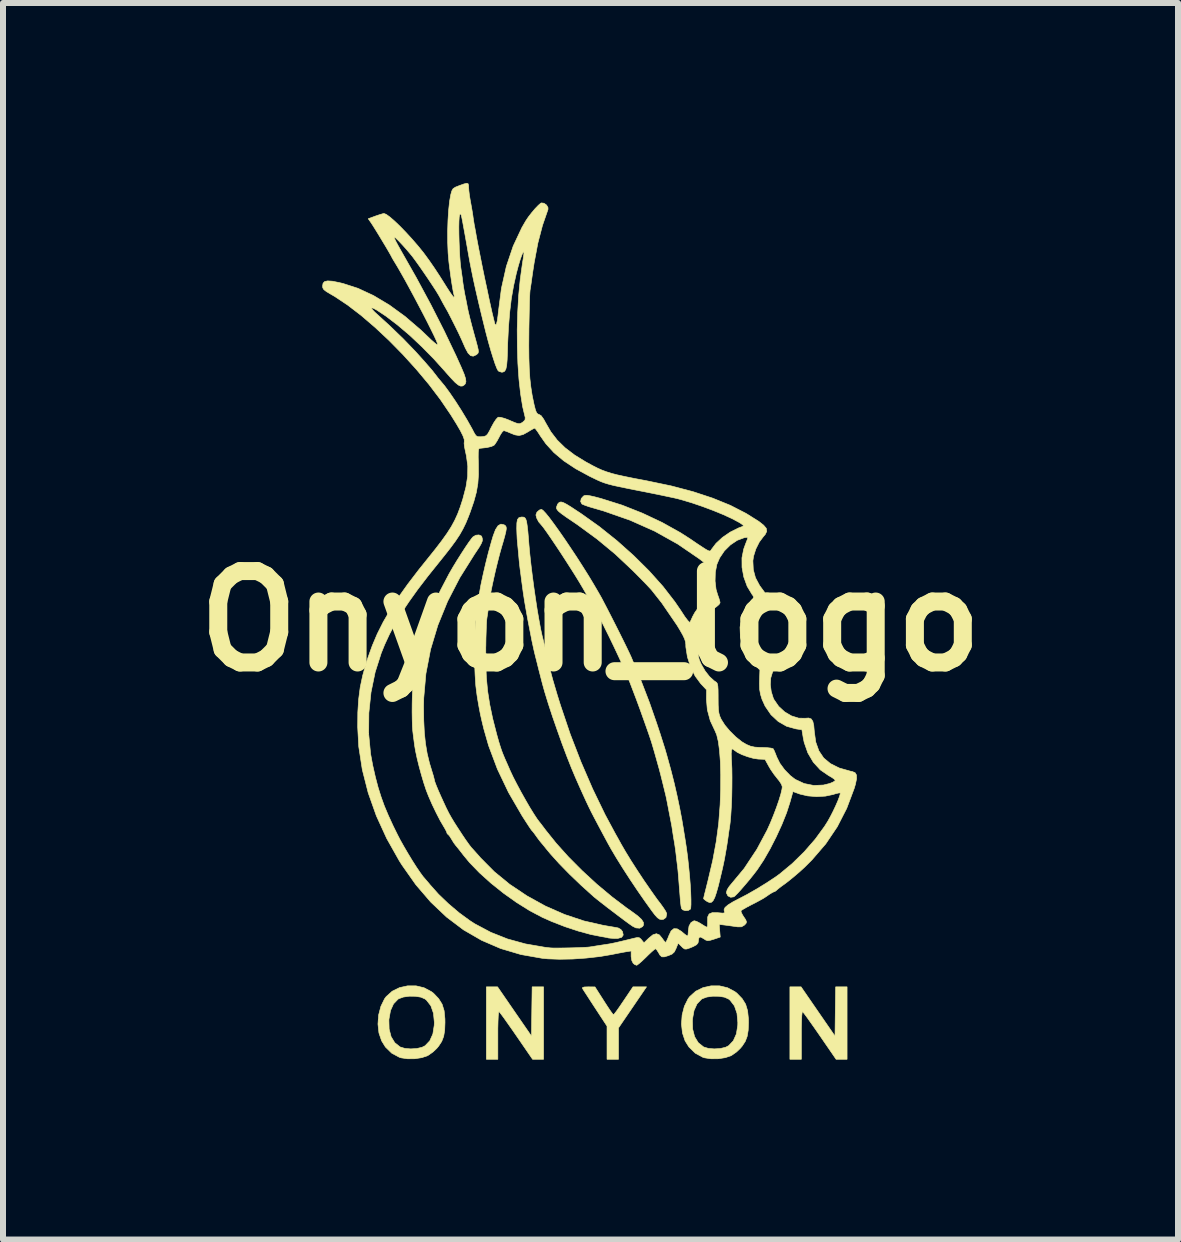
<source format=kicad_pcb>
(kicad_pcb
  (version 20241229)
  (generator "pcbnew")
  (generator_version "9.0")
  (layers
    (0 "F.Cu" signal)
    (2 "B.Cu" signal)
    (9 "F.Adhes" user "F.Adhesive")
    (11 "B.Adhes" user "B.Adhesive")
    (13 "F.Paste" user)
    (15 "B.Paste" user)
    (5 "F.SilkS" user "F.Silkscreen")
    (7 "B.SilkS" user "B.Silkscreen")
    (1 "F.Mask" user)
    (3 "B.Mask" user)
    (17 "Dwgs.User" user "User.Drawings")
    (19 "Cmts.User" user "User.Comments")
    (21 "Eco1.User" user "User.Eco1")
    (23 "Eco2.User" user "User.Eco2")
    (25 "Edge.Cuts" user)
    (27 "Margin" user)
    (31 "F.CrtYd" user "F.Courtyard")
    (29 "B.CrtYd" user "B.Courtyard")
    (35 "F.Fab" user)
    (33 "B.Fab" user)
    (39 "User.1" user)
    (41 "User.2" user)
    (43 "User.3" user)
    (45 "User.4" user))
  (footprint "Onyon_logo"
    (layer "F.Cu")
    (at 6.793 7.303)
    (property "Reference" "Onyon_logo" (at 0 0 0) (layer "F.SilkS") (effects (font (size 1.524 1.524) (thickness 0.3))))
    (attr through_hole)
    (fp_poly (pts (xy -1.267 6.507) (xy -0.984 6.917) (xy -0.979 6.507) (xy -0.973 6.096) (xy -0.783 6.096) (xy -0.783 7.303) (xy -0.966 7.303) (xy -1.235 6.912) (xy -1.314 6.798) (xy -1.386 6.696) (xy -1.446 6.611) (xy -1.492 6.549) (xy -1.52 6.514) (xy -1.525 6.508) (xy -1.532 6.524) (xy -1.538 6.579) (xy -1.542 6.669) (xy -1.545 6.792) (xy -1.545 6.899) (xy -1.545 7.303) (xy -1.736 7.303) (xy -1.736 6.096) (xy -1.55 6.096) (xy -1.267 6.507)) (stroke (width 0.01) (type solid)) (fill yes) (layer "F.SilkS"))
    (fp_poly (pts (xy 3.792 6.507) (xy 4.075 6.917) (xy 4.08 6.507) (xy 4.086 6.096) (xy 4.276 6.096) (xy 4.276 7.303) (xy 4.093 7.303) (xy 3.824 6.912) (xy 3.745 6.798) (xy 3.673 6.696) (xy 3.613 6.611) (xy 3.567 6.549) (xy 3.539 6.514) (xy 3.534 6.508) (xy 3.527 6.524) (xy 3.521 6.579) (xy 3.517 6.669) (xy 3.514 6.792) (xy 3.514 6.899) (xy 3.514 7.303) (xy 3.323 7.303) (xy 3.323 6.096) (xy 3.509 6.096) (xy 3.792 6.507)) (stroke (width 0.01) (type solid)) (fill yes) (layer "F.SilkS"))
    (fp_poly (pts (xy 0.466 6.781) (xy 0.466 7.303) (xy 0.275 7.303) (xy 0.275 6.751) (xy 0.078 6.45) (xy 0.012 6.349) (xy -0.046 6.259) (xy -0.093 6.187) (xy -0.124 6.139) (xy -0.134 6.122) (xy -0.133 6.107) (xy -0.102 6.098) (xy -0.038 6.096) (xy 0.074 6.097) (xy 0.222 6.329) (xy 0.278 6.416) (xy 0.326 6.488) (xy 0.362 6.538) (xy 0.381 6.561) (xy 0.383 6.562) (xy 0.398 6.545) (xy 0.433 6.5) (xy 0.481 6.432) (xy 0.538 6.348) (xy 0.551 6.329) (xy 0.708 6.096) (xy 0.933 6.096) (xy 0.466 6.781)) (stroke (width 0.01) (type solid)) (fill yes) (layer "F.SilkS"))
    (fp_poly (pts (xy -2.909 6.079) (xy -2.775 6.111) (xy -2.654 6.175) (xy -2.617 6.203) (xy -2.532 6.292) (xy -2.474 6.385) (xy -2.44 6.495) (xy -2.427 6.63) (xy -2.426 6.689) (xy -2.431 6.82) (xy -2.448 6.921) (xy -2.48 7.005) (xy -2.531 7.083) (xy -2.564 7.123) (xy -2.627 7.182) (xy -2.699 7.233) (xy -2.718 7.244) (xy -2.812 7.276) (xy -2.929 7.294) (xy -3.05 7.295) (xy -3.157 7.279) (xy -3.186 7.27) (xy -3.314 7.201) (xy -3.419 7.098) (xy -3.482 6.996) (xy -3.527 6.864) (xy -3.543 6.716) (xy -3.538 6.648) (xy -3.361 6.648) (xy -3.357 6.799) (xy -3.324 6.927) (xy -3.263 7.027) (xy -3.175 7.097) (xy -3.17 7.099) (xy -3.094 7.122) (xy -2.997 7.13) (xy -2.896 7.124) (xy -2.808 7.103) (xy -2.758 7.078) (xy -2.679 6.995) (xy -2.628 6.881) (xy -2.605 6.737) (xy -2.603 6.689) (xy -2.618 6.536) (xy -2.661 6.412) (xy -2.733 6.319) (xy -2.759 6.298) (xy -2.827 6.268) (xy -2.92 6.253) (xy -3.023 6.252) (xy -3.12 6.266) (xy -3.197 6.294) (xy -3.209 6.302) (xy -3.284 6.38) (xy -3.334 6.491) (xy -3.36 6.636) (xy -3.361 6.648) (xy -3.538 6.648) (xy -3.532 6.564) (xy -3.494 6.42) (xy -3.433 6.295) (xy -3.406 6.259) (xy -3.306 6.169) (xy -3.184 6.109) (xy -3.049 6.079) (xy -2.909 6.079)) (stroke (width 0.01) (type solid)) (fill yes) (layer "F.SilkS"))
    (fp_poly (pts (xy 2.149 6.079) (xy 2.284 6.111) (xy 2.405 6.175) (xy 2.441 6.203) (xy 2.527 6.292) (xy 2.585 6.385) (xy 2.618 6.495) (xy 2.632 6.63) (xy 2.633 6.689) (xy 2.628 6.82) (xy 2.611 6.921) (xy 2.579 7.005) (xy 2.528 7.083) (xy 2.494 7.123) (xy 2.432 7.182) (xy 2.359 7.233) (xy 2.341 7.244) (xy 2.246 7.276) (xy 2.13 7.294) (xy 2.009 7.295) (xy 1.902 7.279) (xy 1.872 7.27) (xy 1.745 7.201) (xy 1.64 7.098) (xy 1.576 6.996) (xy 1.532 6.864) (xy 1.516 6.716) (xy 1.521 6.648) (xy 1.698 6.648) (xy 1.702 6.799) (xy 1.735 6.927) (xy 1.796 7.027) (xy 1.884 7.097) (xy 1.888 7.099) (xy 1.965 7.122) (xy 2.062 7.13) (xy 2.163 7.124) (xy 2.251 7.103) (xy 2.301 7.078) (xy 2.38 6.995) (xy 2.431 6.881) (xy 2.454 6.737) (xy 2.455 6.689) (xy 2.441 6.536) (xy 2.398 6.412) (xy 2.326 6.319) (xy 2.3 6.298) (xy 2.232 6.268) (xy 2.139 6.253) (xy 2.036 6.252) (xy 1.938 6.266) (xy 1.862 6.294) (xy 1.849 6.302) (xy 1.775 6.38) (xy 1.725 6.491) (xy 1.699 6.636) (xy 1.698 6.648) (xy 1.521 6.648) (xy 1.527 6.564) (xy 1.564 6.42) (xy 1.626 6.295) (xy 1.653 6.259) (xy 1.753 6.169) (xy 1.875 6.109) (xy 2.01 6.079) (xy 2.149 6.079)) (stroke (width 0.01) (type solid)) (fill yes) (layer "F.SilkS"))
    (fp_poly (pts (xy -1.115 -1.733) (xy -1.095 -1.723) (xy -1.079 -1.7) (xy -1.066 -1.659) (xy -1.056 -1.594) (xy -1.045 -1.501) (xy -1.034 -1.373) (xy -1.026 -1.27) (xy -1.012 -1.118) (xy -0.993 -0.945) (xy -0.97 -0.757) (xy -0.944 -0.562) (xy -0.916 -0.369) (xy -0.888 -0.185) (xy -0.859 -0.018) (xy -0.833 0.124) (xy -0.809 0.234) (xy -0.804 0.254) (xy -0.789 0.314) (xy -0.769 0.396) (xy -0.752 0.471) (xy -0.716 0.629) (xy -0.685 0.76) (xy -0.657 0.874) (xy -0.628 0.982) (xy -0.595 1.094) (xy -0.557 1.223) (xy -0.509 1.377) (xy -0.492 1.429) (xy -0.338 1.885) (xy -0.16 2.345) (xy 0.035 2.796) (xy 0.243 3.226) (xy 0.409 3.535) (xy 0.452 3.611) (xy 0.495 3.689) (xy 0.508 3.713) (xy 0.582 3.841) (xy 0.675 3.993) (xy 0.781 4.158) (xy 0.893 4.327) (xy 1.005 4.489) (xy 1.109 4.636) (xy 1.169 4.714) (xy 1.217 4.781) (xy 1.253 4.837) (xy 1.269 4.873) (xy 1.27 4.877) (xy 1.257 4.94) (xy 1.216 4.97) (xy 1.186 4.974) (xy 1.151 4.968) (xy 1.116 4.944) (xy 1.073 4.897) (xy 1.023 4.831) (xy 0.904 4.665) (xy 0.78 4.486) (xy 0.656 4.301) (xy 0.539 4.12) (xy 0.433 3.95) (xy 0.344 3.8) (xy 0.298 3.718) (xy 0.207 3.549) (xy 0.133 3.41) (xy 0.071 3.293) (xy 0.018 3.191) (xy -0.029 3.096) (xy -0.074 3.001) (xy -0.121 2.898) (xy -0.174 2.781) (xy -0.236 2.641) (xy -0.248 2.614) (xy -0.318 2.448) (xy -0.395 2.253) (xy -0.476 2.038) (xy -0.556 1.813) (xy -0.634 1.589) (xy -0.704 1.375) (xy -0.763 1.183) (xy -0.798 1.058) (xy -0.817 0.986) (xy -0.841 0.892) (xy -0.868 0.787) (xy -0.894 0.682) (xy -0.918 0.588) (xy -0.936 0.515) (xy -0.945 0.476) (xy -0.955 0.43) (xy -0.969 0.364) (xy -0.975 0.339) (xy -0.986 0.282) (xy -1.003 0.195) (xy -1.024 0.088) (xy -1.046 -0.026) (xy -1.049 -0.042) (xy -1.077 -0.2) (xy -1.101 -0.339) (xy -1.122 -0.477) (xy -1.143 -0.632) (xy -1.153 -0.709) (xy -1.163 -0.787) (xy -1.173 -0.862) (xy -1.174 -0.868) (xy -1.181 -0.928) (xy -1.19 -1.011) (xy -1.197 -1.09) (xy -1.205 -1.178) (xy -1.213 -1.259) (xy -1.218 -1.312) (xy -1.223 -1.371) (xy -1.227 -1.455) (xy -1.23 -1.542) (xy -1.228 -1.635) (xy -1.218 -1.693) (xy -1.194 -1.724) (xy -1.154 -1.735) (xy -1.14 -1.735) (xy -1.115 -1.733)) (stroke (width 0.01) (type solid)) (fill yes) (layer "F.SilkS"))
    (fp_poly (pts (xy -1.442 -1.606) (xy -1.435 -1.602) (xy -1.416 -1.588) (xy -1.406 -1.568) (xy -1.404 -1.538) (xy -1.412 -1.489) (xy -1.43 -1.416) (xy -1.459 -1.313) (xy -1.481 -1.24) (xy -1.514 -1.122) (xy -1.55 -0.982) (xy -1.585 -0.839) (xy -1.609 -0.732) (xy -1.636 -0.609) (xy -1.655 -0.515) (xy -1.67 -0.437) (xy -1.682 -0.362) (xy -1.694 -0.278) (xy -1.704 -0.201) (xy -1.715 -0.127) (xy -1.725 -0.063) (xy -1.728 -0.042) (xy -1.732 -0.005) (xy -1.736 0.066) (xy -1.739 0.166) (xy -1.743 0.285) (xy -1.745 0.417) (xy -1.746 0.434) (xy -1.746 0.702) (xy -1.736 0.943) (xy -1.715 1.168) (xy -1.68 1.391) (xy -1.631 1.625) (xy -1.565 1.882) (xy -1.553 1.926) (xy -1.528 2.014) (xy -1.506 2.085) (xy -1.485 2.149) (xy -1.46 2.215) (xy -1.427 2.294) (xy -1.383 2.393) (xy -1.337 2.498) (xy -1.289 2.6) (xy -1.227 2.72) (xy -1.158 2.849) (xy -1.085 2.979) (xy -1.014 3.102) (xy -0.948 3.209) (xy -0.893 3.293) (xy -0.862 3.335) (xy -0.831 3.374) (xy -0.786 3.433) (xy -0.747 3.485) (xy -0.572 3.703) (xy -0.367 3.931) (xy -0.138 4.161) (xy 0.104 4.384) (xy 0.354 4.593) (xy 0.602 4.781) (xy 0.685 4.839) (xy 0.786 4.913) (xy 0.851 4.973) (xy 0.882 5.023) (xy 0.883 5.065) (xy 0.868 5.091) (xy 0.82 5.118) (xy 0.756 5.113) (xy 0.699 5.084) (xy 0.645 5.046) (xy 0.567 4.989) (xy 0.475 4.92) (xy 0.375 4.844) (xy 0.275 4.768) (xy 0.184 4.697) (xy 0.109 4.638) (xy 0.057 4.596) (xy 0.048 4.588) (xy -0.158 4.402) (xy -0.35 4.218) (xy -0.522 4.042) (xy -0.668 3.88) (xy -0.741 3.792) (xy -0.786 3.736) (xy -0.823 3.692) (xy -0.837 3.675) (xy -0.862 3.643) (xy -0.899 3.593) (xy -0.91 3.577) (xy -0.945 3.529) (xy -0.971 3.497) (xy -0.976 3.493) (xy -0.992 3.472) (xy -1.026 3.422) (xy -1.073 3.35) (xy -1.129 3.263) (xy -1.144 3.239) (xy -1.366 2.857) (xy -1.552 2.467) (xy -1.699 2.075) (xy -1.778 1.799) (xy -1.81 1.667) (xy -1.836 1.552) (xy -1.858 1.437) (xy -1.881 1.305) (xy -1.893 1.228) (xy -1.912 1.078) (xy -1.924 0.899) (xy -1.932 0.699) (xy -1.934 0.491) (xy -1.931 0.284) (xy -1.923 0.09) (xy -1.91 -0.081) (xy -1.896 -0.191) (xy -1.889 -0.233) (xy -1.877 -0.306) (xy -1.863 -0.398) (xy -1.852 -0.466) (xy -1.827 -0.606) (xy -1.791 -0.774) (xy -1.749 -0.956) (xy -1.703 -1.14) (xy -1.655 -1.313) (xy -1.624 -1.418) (xy -1.584 -1.525) (xy -1.541 -1.591) (xy -1.494 -1.617) (xy -1.442 -1.606)) (stroke (width 0.01) (type solid)) (fill yes) (layer "F.SilkS"))
    (fp_poly (pts (xy -1.821 -1.42) (xy -1.812 -1.406) (xy -1.803 -1.371) (xy -1.804 -1.336) (xy -1.821 -1.293) (xy -1.855 -1.233) (xy -1.91 -1.15) (xy -1.933 -1.116) (xy -2.179 -0.724) (xy -2.383 -0.329) (xy -2.545 0.069) (xy -2.666 0.471) (xy -2.744 0.876) (xy -2.78 1.284) (xy -2.783 1.418) (xy -2.78 1.655) (xy -2.77 1.859) (xy -2.751 2.04) (xy -2.723 2.207) (xy -2.684 2.368) (xy -2.643 2.503) (xy -2.622 2.571) (xy -2.608 2.624) (xy -2.603 2.646) (xy -2.595 2.678) (xy -2.572 2.739) (xy -2.538 2.821) (xy -2.496 2.916) (xy -2.451 3.015) (xy -2.407 3.11) (xy -2.366 3.192) (xy -2.358 3.207) (xy -2.32 3.275) (xy -2.268 3.361) (xy -2.206 3.457) (xy -2.142 3.555) (xy -2.081 3.646) (xy -2.028 3.72) (xy -1.99 3.77) (xy -1.981 3.78) (xy -1.957 3.806) (xy -1.913 3.855) (xy -1.857 3.918) (xy -1.833 3.946) (xy -1.606 4.175) (xy -1.346 4.388) (xy -1.059 4.58) (xy -0.753 4.749) (xy -0.435 4.889) (xy -0.111 4.997) (xy 0.201 5.068) (xy 0.296 5.085) (xy 0.38 5.099) (xy 0.44 5.11) (xy 0.461 5.114) (xy 0.506 5.14) (xy 0.533 5.175) (xy 0.545 5.232) (xy 0.519 5.27) (xy 0.456 5.288) (xy 0.399 5.289) (xy 0.338 5.285) (xy 0.299 5.281) (xy 0.291 5.279) (xy 0.269 5.273) (xy 0.219 5.264) (xy 0.192 5.26) (xy 0.005 5.223) (xy -0.204 5.166) (xy -0.425 5.093) (xy -0.644 5.008) (xy -0.804 4.937) (xy -1.014 4.826) (xy -1.232 4.69) (xy -1.45 4.535) (xy -1.659 4.368) (xy -1.85 4.196) (xy -2.016 4.025) (xy -2.119 3.9) (xy -2.17 3.834) (xy -2.216 3.776) (xy -2.246 3.74) (xy -2.246 3.74) (xy -2.279 3.696) (xy -2.315 3.637) (xy -2.32 3.629) (xy -2.349 3.583) (xy -2.372 3.557) (xy -2.375 3.556) (xy -2.391 3.54) (xy -2.392 3.534) (xy -2.402 3.505) (xy -2.429 3.455) (xy -2.447 3.425) (xy -2.507 3.322) (xy -2.573 3.194) (xy -2.64 3.055) (xy -2.699 2.92) (xy -2.74 2.815) (xy -2.778 2.7) (xy -2.818 2.566) (xy -2.857 2.423) (xy -2.891 2.285) (xy -2.917 2.163) (xy -2.932 2.074) (xy -2.944 1.983) (xy -2.957 1.881) (xy -2.963 1.831) (xy -2.969 1.753) (xy -2.972 1.644) (xy -2.974 1.514) (xy -2.973 1.375) (xy -2.97 1.237) (xy -2.964 1.112) (xy -2.957 1.01) (xy -2.954 0.974) (xy -2.89 0.607) (xy -2.792 0.232) (xy -2.663 -0.142) (xy -2.506 -0.505) (xy -2.358 -0.788) (xy -2.294 -0.899) (xy -2.224 -1.014) (xy -2.152 -1.128) (xy -2.085 -1.231) (xy -2.026 -1.318) (xy -1.98 -1.38) (xy -1.959 -1.404) (xy -1.912 -1.432) (xy -1.86 -1.437) (xy -1.821 -1.42)) (stroke (width 0.01) (type solid)) (fill yes) (layer "F.SilkS"))
    (fp_poly (pts (xy -0.791 -1.845) (xy -0.745 -1.796) (xy -0.683 -1.719) (xy -0.608 -1.618) (xy -0.522 -1.498) (xy -0.428 -1.363) (xy -0.33 -1.217) (xy -0.229 -1.065) (xy -0.129 -0.909) (xy -0.033 -0.756) (xy 0.056 -0.608) (xy 0.136 -0.471) (xy 0.181 -0.392) (xy 0.226 -0.306) (xy 0.283 -0.197) (xy 0.347 -0.072) (xy 0.415 0.062) (xy 0.483 0.197) (xy 0.547 0.326) (xy 0.603 0.44) (xy 0.647 0.532) (xy 0.676 0.595) (xy 0.677 0.597) (xy 0.84 0.988) (xy 0.981 1.354) (xy 1.102 1.701) (xy 1.11 1.725) (xy 1.163 1.885) (xy 1.204 2.015) (xy 1.24 2.128) (xy 1.271 2.235) (xy 1.302 2.347) (xy 1.337 2.474) (xy 1.346 2.508) (xy 1.394 2.698) (xy 1.442 2.907) (xy 1.486 3.117) (xy 1.523 3.312) (xy 1.537 3.397) (xy 1.546 3.448) (xy 1.558 3.525) (xy 1.573 3.616) (xy 1.577 3.641) (xy 1.598 3.778) (xy 1.618 3.927) (xy 1.635 4.083) (xy 1.65 4.238) (xy 1.662 4.386) (xy 1.67 4.521) (xy 1.674 4.636) (xy 1.674 4.726) (xy 1.67 4.784) (xy 1.665 4.8) (xy 1.631 4.822) (xy 1.581 4.826) (xy 1.536 4.812) (xy 1.516 4.789) (xy 1.508 4.749) (xy 1.5 4.683) (xy 1.494 4.614) (xy 1.487 4.521) (xy 1.478 4.41) (xy 1.47 4.307) (xy 1.463 4.22) (xy 1.456 4.143) (xy 1.45 4.091) (xy 1.45 4.085) (xy 1.443 4.034) (xy 1.434 3.961) (xy 1.429 3.916) (xy 1.418 3.822) (xy 1.403 3.72) (xy 1.397 3.683) (xy 1.383 3.602) (xy 1.371 3.524) (xy 1.366 3.493) (xy 1.356 3.425) (xy 1.345 3.366) (xy 1.345 3.365) (xy 1.336 3.32) (xy 1.322 3.247) (xy 1.305 3.16) (xy 1.3 3.133) (xy 1.282 3.04) (xy 1.265 2.953) (xy 1.251 2.89) (xy 1.248 2.879) (xy 1.233 2.818) (xy 1.213 2.736) (xy 1.196 2.667) (xy 1.171 2.567) (xy 1.142 2.456) (xy 1.124 2.392) (xy 1.098 2.299) (xy 1.067 2.189) (xy 1.039 2.093) (xy 1.015 2.013) (xy 0.978 1.902) (xy 0.931 1.768) (xy 0.878 1.619) (xy 0.822 1.462) (xy 0.764 1.305) (xy 0.708 1.158) (xy 0.658 1.027) (xy 0.615 0.92) (xy 0.593 0.868) (xy 0.532 0.73) (xy 0.463 0.58) (xy 0.39 0.425) (xy 0.315 0.269) (xy 0.241 0.12) (xy 0.172 -0.018) (xy 0.109 -0.138) (xy 0.057 -0.235) (xy 0.017 -0.303) (xy 0.001 -0.328) (xy -0.017 -0.356) (xy -0.048 -0.41) (xy -0.085 -0.476) (xy -0.131 -0.556) (xy -0.191 -0.657) (xy -0.263 -0.774) (xy -0.343 -0.9) (xy -0.427 -1.031) (xy -0.511 -1.16) (xy -0.593 -1.283) (xy -0.668 -1.394) (xy -0.733 -1.488) (xy -0.784 -1.559) (xy -0.818 -1.601) (xy -0.825 -1.609) (xy -0.863 -1.653) (xy -0.895 -1.713) (xy -0.91 -1.767) (xy -0.91 -1.771) (xy -0.893 -1.816) (xy -0.852 -1.852) (xy -0.817 -1.863) (xy -0.791 -1.845)) (stroke (width 0.01) (type solid)) (fill yes) (layer "F.SilkS"))
    (fp_poly (pts (xy -2.041 -7.291) (xy -2.033 -7.263) (xy -2.032 -7.231) (xy -2.028 -7.175) (xy -2.018 -7.094) (xy -2.003 -7.004) (xy -2.001 -6.993) (xy -1.984 -6.9) (xy -1.969 -6.812) (xy -1.959 -6.746) (xy -1.959 -6.742) (xy -1.949 -6.675) (xy -1.94 -6.619) (xy -1.939 -6.612) (xy -1.929 -6.561) (xy -1.917 -6.495) (xy -1.915 -6.485) (xy -1.904 -6.42) (xy -1.894 -6.367) (xy -1.893 -6.361) (xy -1.881 -6.297) (xy -1.863 -6.204) (xy -1.841 -6.093) (xy -1.818 -5.977) (xy -1.796 -5.867) (xy -1.777 -5.776) (xy -1.769 -5.736) (xy -1.748 -5.638) (xy -1.724 -5.527) (xy -1.708 -5.45) (xy -1.688 -5.355) (xy -1.665 -5.251) (xy -1.642 -5.147) (xy -1.62 -5.056) (xy -1.603 -4.986) (xy -1.594 -4.953) (xy -1.581 -4.934) (xy -1.568 -4.953) (xy -1.554 -5.008) (xy -1.542 -5.095) (xy -1.536 -5.154) (xy -1.485 -5.547) (xy -1.403 -5.913) (xy -1.289 -6.251) (xy -1.144 -6.56) (xy -1.081 -6.669) (xy -1.037 -6.735) (xy -0.982 -6.806) (xy -0.924 -6.875) (xy -0.871 -6.93) (xy -0.831 -6.965) (xy -0.819 -6.971) (xy -0.775 -6.965) (xy -0.733 -6.935) (xy -0.709 -6.893) (xy -0.709 -6.862) (xy -0.801 -6.596) (xy -0.878 -6.301) (xy -0.94 -5.971) (xy -0.963 -5.821) (xy -0.978 -5.717) (xy -0.991 -5.623) (xy -1.002 -5.551) (xy -1.008 -5.514) (xy -1.011 -5.477) (xy -1.015 -5.403) (xy -1.018 -5.3) (xy -1.021 -5.172) (xy -1.024 -5.025) (xy -1.027 -4.867) (xy -1.027 -4.837) (xy -1.029 -4.593) (xy -1.027 -4.385) (xy -1.021 -4.205) (xy -1.011 -4.047) (xy -0.995 -3.905) (xy -0.974 -3.77) (xy -0.947 -3.637) (xy -0.94 -3.605) (xy -0.919 -3.523) (xy -0.9 -3.475) (xy -0.879 -3.452) (xy -0.86 -3.446) (xy -0.823 -3.424) (xy -0.781 -3.366) (xy -0.75 -3.309) (xy -0.661 -3.155) (xy -0.555 -3.017) (xy -0.425 -2.89) (xy -0.268 -2.77) (xy -0.076 -2.652) (xy 0.042 -2.588) (xy 0.117 -2.55) (xy 0.189 -2.518) (xy 0.264 -2.49) (xy 0.349 -2.463) (xy 0.45 -2.437) (xy 0.574 -2.41) (xy 0.726 -2.379) (xy 0.912 -2.344) (xy 0.942 -2.338) (xy 1.344 -2.254) (xy 1.708 -2.158) (xy 2.035 -2.05) (xy 2.33 -1.93) (xy 2.593 -1.795) (xy 2.805 -1.662) (xy 2.885 -1.599) (xy 2.929 -1.547) (xy 2.937 -1.497) (xy 2.912 -1.445) (xy 2.882 -1.41) (xy 2.813 -1.318) (xy 2.755 -1.202) (xy 2.717 -1.081) (xy 2.706 -1.005) (xy 2.713 -0.858) (xy 2.749 -0.723) (xy 2.819 -0.592) (xy 2.884 -0.504) (xy 2.938 -0.428) (xy 2.959 -0.37) (xy 2.947 -0.322) (xy 2.903 -0.278) (xy 2.895 -0.272) (xy 2.829 -0.223) (xy 2.786 -0.18) (xy 2.753 -0.127) (xy 2.725 -0.069) (xy 2.689 0.053) (xy 2.679 0.191) (xy 2.697 0.325) (xy 2.723 0.402) (xy 2.768 0.481) (xy 2.829 0.557) (xy 2.895 0.621) (xy 2.956 0.662) (xy 2.975 0.669) (xy 3.024 0.7) (xy 3.049 0.756) (xy 3.045 0.824) (xy 3.031 0.858) (xy 3.004 0.947) (xy 2.997 1.057) (xy 3.012 1.174) (xy 3.046 1.283) (xy 3.058 1.308) (xy 3.136 1.421) (xy 3.236 1.513) (xy 3.35 1.58) (xy 3.469 1.617) (xy 3.575 1.619) (xy 3.636 1.615) (xy 3.678 1.63) (xy 3.705 1.67) (xy 3.721 1.739) (xy 3.73 1.842) (xy 3.754 2.016) (xy 3.806 2.162) (xy 3.886 2.281) (xy 3.999 2.375) (xy 4.145 2.448) (xy 4.327 2.5) (xy 4.365 2.508) (xy 4.41 2.527) (xy 4.433 2.566) (xy 4.434 2.629) (xy 4.415 2.721) (xy 4.394 2.791) (xy 4.27 3.121) (xy 4.113 3.427) (xy 3.921 3.712) (xy 3.692 3.978) (xy 3.569 4.101) (xy 3.479 4.183) (xy 3.383 4.265) (xy 3.294 4.337) (xy 3.243 4.376) (xy 3.176 4.424) (xy 3.125 4.464) (xy 3.096 4.489) (xy 3.094 4.492) (xy 3.07 4.508) (xy 3.066 4.508) (xy 3.037 4.52) (xy 2.99 4.548) (xy 2.978 4.556) (xy 2.926 4.592) (xy 2.878 4.623) (xy 2.822 4.654) (xy 2.748 4.694) (xy 2.671 4.733) (xy 2.599 4.771) (xy 2.542 4.804) (xy 2.51 4.825) (xy 2.507 4.828) (xy 2.512 4.854) (xy 2.535 4.9) (xy 2.55 4.923) (xy 2.587 4.979) (xy 2.6 5.014) (xy 2.591 5.04) (xy 2.562 5.069) (xy 2.516 5.095) (xy 2.454 5.096) (xy 2.44 5.094) (xy 2.369 5.084) (xy 2.284 5.072) (xy 2.253 5.068) (xy 2.145 5.055) (xy 2.153 5.161) (xy 2.162 5.266) (xy 2.055 5.302) (xy 1.991 5.321) (xy 1.952 5.326) (xy 1.92 5.316) (xy 1.887 5.294) (xy 1.837 5.266) (xy 1.809 5.271) (xy 1.799 5.313) (xy 1.799 5.324) (xy 1.792 5.363) (xy 1.767 5.394) (xy 1.714 5.423) (xy 1.66 5.446) (xy 1.604 5.465) (xy 1.571 5.466) (xy 1.54 5.446) (xy 1.517 5.423) (xy 1.461 5.367) (xy 1.426 5.455) (xy 1.397 5.514) (xy 1.358 5.55) (xy 1.296 5.576) (xy 1.229 5.596) (xy 1.188 5.595) (xy 1.158 5.568) (xy 1.132 5.523) (xy 1.105 5.481) (xy 1.084 5.461) (xy 1.082 5.461) (xy 1.061 5.475) (xy 1.017 5.513) (xy 0.96 5.567) (xy 0.928 5.599) (xy 0.865 5.659) (xy 0.812 5.706) (xy 0.776 5.733) (xy 0.767 5.736) (xy 0.735 5.723) (xy 0.711 5.703) (xy 0.688 5.658) (xy 0.677 5.591) (xy 0.677 5.584) (xy 0.677 5.498) (xy 0.598 5.51) (xy 0.537 5.521) (xy 0.453 5.537) (xy 0.363 5.555) (xy 0.36 5.556) (xy 0.153 5.591) (xy -0.07 5.616) (xy -0.297 5.632) (xy -0.515 5.636) (xy -0.713 5.629) (xy -0.804 5.62) (xy -1.161 5.557) (xy -1.498 5.457) (xy -1.816 5.32) (xy -2.117 5.146) (xy -2.399 4.933) (xy -2.664 4.682) (xy -2.912 4.393) (xy -3.143 4.065) (xy -3.188 3.994) (xy -3.397 3.623) (xy -3.57 3.245) (xy -3.706 2.861) (xy -3.804 2.476) (xy -3.863 2.094) (xy -3.875 1.877) (xy -3.698 1.877) (xy -3.666 2.213) (xy -3.631 2.402) (xy -3.586 2.6) (xy -3.541 2.771) (xy -3.492 2.927) (xy -3.437 3.08) (xy -3.37 3.239) (xy -3.289 3.415) (xy -3.221 3.553) (xy -3.172 3.648) (xy -3.11 3.758) (xy -3.041 3.876) (xy -2.97 3.993) (xy -2.901 4.101) (xy -2.839 4.192) (xy -2.79 4.259) (xy -2.769 4.283) (xy -2.74 4.317) (xy -2.696 4.368) (xy -2.674 4.395) (xy -2.534 4.552) (xy -2.368 4.711) (xy -2.191 4.861) (xy -2.015 4.99) (xy -1.93 5.045) (xy -1.663 5.187) (xy -1.383 5.298) (xy -1.085 5.38) (xy -0.761 5.436) (xy -0.667 5.447) (xy -0.619 5.449) (xy -0.54 5.449) (xy -0.441 5.448) (xy -0.331 5.446) (xy -0.223 5.443) (xy -0.127 5.439) (xy -0.054 5.435) (xy -0.021 5.432) (xy 0.035 5.424) (xy 0.105 5.412) (xy 0.116 5.411) (xy 0.19 5.399) (xy 0.258 5.389) (xy 0.265 5.388) (xy 0.326 5.378) (xy 0.419 5.359) (xy 0.534 5.332) (xy 0.662 5.301) (xy 0.718 5.287) (xy 0.777 5.274) (xy 0.812 5.277) (xy 0.839 5.298) (xy 0.851 5.313) (xy 0.891 5.362) (xy 0.97 5.285) (xy 1.04 5.228) (xy 1.098 5.21) (xy 1.148 5.23) (xy 1.19 5.281) (xy 1.223 5.327) (xy 1.247 5.353) (xy 1.251 5.355) (xy 1.265 5.337) (xy 1.287 5.29) (xy 1.305 5.244) (xy 1.343 5.164) (xy 1.389 5.126) (xy 1.445 5.129) (xy 1.514 5.171) (xy 1.53 5.185) (xy 1.576 5.223) (xy 1.609 5.246) (xy 1.617 5.249) (xy 1.625 5.23) (xy 1.629 5.183) (xy 1.63 5.161) (xy 1.642 5.082) (xy 1.675 5.024) (xy 1.722 4.996) (xy 1.734 4.995) (xy 1.772 5.007) (xy 1.826 5.035) (xy 1.846 5.048) (xy 1.897 5.08) (xy 1.934 5.099) (xy 1.941 5.101) (xy 1.95 5.082) (xy 1.952 5.035) (xy 1.951 5.009) (xy 1.953 4.93) (xy 1.977 4.881) (xy 2.029 4.859) (xy 2.114 4.859) (xy 2.132 4.861) (xy 2.201 4.867) (xy 2.233 4.863) (xy 2.235 4.85) (xy 2.225 4.813) (xy 2.242 4.773) (xy 2.292 4.73) (xy 2.376 4.678) (xy 2.451 4.639) (xy 2.61 4.556) (xy 2.776 4.461) (xy 2.938 4.361) (xy 3.082 4.266) (xy 3.155 4.213) (xy 3.362 4.041) (xy 3.562 3.845) (xy 3.745 3.635) (xy 3.901 3.421) (xy 3.954 3.337) (xy 3.998 3.258) (xy 4.043 3.17) (xy 4.086 3.079) (xy 4.123 2.994) (xy 4.149 2.925) (xy 4.163 2.878) (xy 4.162 2.864) (xy 4.138 2.864) (xy 4.087 2.876) (xy 4.042 2.89) (xy 3.914 2.917) (xy 3.767 2.925) (xy 3.619 2.913) (xy 3.491 2.883) (xy 3.374 2.841) (xy 3.325 3.017) (xy 3.268 3.194) (xy 3.189 3.391) (xy 3.095 3.596) (xy 2.992 3.798) (xy 2.885 3.984) (xy 2.78 4.142) (xy 2.775 4.149) (xy 2.717 4.224) (xy 2.65 4.308) (xy 2.579 4.392) (xy 2.511 4.471) (xy 2.452 4.536) (xy 2.408 4.58) (xy 2.389 4.595) (xy 2.336 4.603) (xy 2.29 4.58) (xy 2.266 4.533) (xy 2.265 4.521) (xy 2.279 4.474) (xy 2.313 4.421) (xy 2.319 4.414) (xy 2.561 4.123) (xy 2.774 3.801) (xy 2.944 3.483) (xy 2.997 3.365) (xy 3.049 3.238) (xy 3.098 3.109) (xy 3.14 2.988) (xy 3.172 2.883) (xy 3.191 2.802) (xy 3.196 2.761) (xy 3.183 2.721) (xy 3.148 2.666) (xy 3.117 2.628) (xy 3.061 2.557) (xy 3.003 2.473) (xy 2.973 2.422) (xy 2.908 2.304) (xy 2.793 2.299) (xy 2.714 2.287) (xy 2.621 2.261) (xy 2.528 2.227) (xy 2.448 2.188) (xy 2.395 2.151) (xy 2.388 2.144) (xy 2.364 2.128) (xy 2.35 2.149) (xy 2.345 2.208) (xy 2.348 2.308) (xy 2.35 2.333) (xy 2.356 2.456) (xy 2.358 2.603) (xy 2.357 2.765) (xy 2.354 2.931) (xy 2.347 3.093) (xy 2.338 3.24) (xy 2.327 3.361) (xy 2.318 3.429) (xy 2.309 3.484) (xy 2.299 3.555) (xy 2.296 3.577) (xy 2.285 3.655) (xy 2.271 3.747) (xy 2.263 3.794) (xy 2.249 3.872) (xy 2.237 3.942) (xy 2.231 3.974) (xy 2.222 4.018) (xy 2.206 4.093) (xy 2.185 4.185) (xy 2.168 4.255) (xy 2.131 4.409) (xy 2.098 4.526) (xy 2.07 4.608) (xy 2.042 4.661) (xy 2.014 4.687) (xy 1.982 4.69) (xy 1.946 4.675) (xy 1.934 4.667) (xy 1.898 4.641) (xy 1.884 4.625) (xy 1.889 4.602) (xy 1.902 4.546) (xy 1.923 4.464) (xy 1.948 4.364) (xy 1.958 4.324) (xy 2.037 3.989) (xy 2.095 3.677) (xy 2.136 3.372) (xy 2.16 3.06) (xy 2.169 2.805) (xy 2.17 2.559) (xy 2.164 2.343) (xy 2.15 2.158) (xy 2.13 2.007) (xy 2.103 1.894) (xy 2.075 1.828) (xy 1.996 1.66) (xy 1.947 1.478) (xy 1.932 1.304) (xy 1.934 1.145) (xy 1.837 1.042) (xy 1.744 0.916) (xy 1.668 0.764) (xy 1.615 0.598) (xy 1.589 0.433) (xy 1.588 0.403) (xy 1.79 0.403) (xy 1.791 0.503) (xy 1.797 0.575) (xy 1.81 0.634) (xy 1.833 0.692) (xy 1.849 0.726) (xy 1.911 0.832) (xy 1.984 0.925) (xy 2.058 0.993) (xy 2.085 1.011) (xy 2.103 1.024) (xy 2.115 1.046) (xy 2.122 1.084) (xy 2.126 1.145) (xy 2.127 1.239) (xy 2.127 1.284) (xy 2.128 1.396) (xy 2.132 1.476) (xy 2.14 1.534) (xy 2.154 1.583) (xy 2.176 1.633) (xy 2.18 1.64) (xy 2.238 1.732) (xy 2.322 1.832) (xy 2.419 1.928) (xy 2.518 2.008) (xy 2.594 2.054) (xy 2.665 2.084) (xy 2.737 2.1) (xy 2.829 2.106) (xy 2.862 2.106) (xy 2.942 2.109) (xy 3.006 2.116) (xy 3.041 2.125) (xy 3.044 2.127) (xy 3.061 2.158) (xy 3.085 2.215) (xy 3.103 2.263) (xy 3.156 2.37) (xy 3.236 2.479) (xy 3.332 2.577) (xy 3.412 2.638) (xy 3.56 2.707) (xy 3.72 2.739) (xy 3.883 2.732) (xy 3.988 2.706) (xy 4.042 2.683) (xy 4.075 2.662) (xy 4.078 2.656) (xy 4.065 2.636) (xy 4.022 2.605) (xy 3.968 2.574) (xy 3.83 2.479) (xy 3.713 2.351) (xy 3.622 2.196) (xy 3.561 2.021) (xy 3.546 1.948) (xy 3.523 1.81) (xy 3.424 1.796) (xy 3.269 1.753) (xy 3.129 1.673) (xy 3.008 1.56) (xy 2.91 1.417) (xy 2.858 1.302) (xy 2.833 1.22) (xy 2.819 1.139) (xy 2.816 1.042) (xy 2.817 0.995) (xy 2.823 0.815) (xy 2.708 0.699) (xy 2.607 0.569) (xy 2.537 0.421) (xy 2.498 0.263) (xy 2.492 0.102) (xy 2.518 -0.055) (xy 2.577 -0.201) (xy 2.668 -0.328) (xy 2.67 -0.33) (xy 2.708 -0.372) (xy 2.719 -0.399) (xy 2.707 -0.426) (xy 2.692 -0.446) (xy 2.611 -0.58) (xy 2.555 -0.734) (xy 2.525 -0.896) (xy 2.524 -1.055) (xy 2.553 -1.2) (xy 2.555 -1.206) (xy 2.581 -1.278) (xy 2.604 -1.337) (xy 2.614 -1.363) (xy 2.622 -1.39) (xy 2.605 -1.397) (xy 2.561 -1.39) (xy 2.445 -1.347) (xy 2.332 -1.271) (xy 2.231 -1.171) (xy 2.152 -1.054) (xy 2.106 -0.947) (xy 2.08 -0.813) (xy 2.076 -0.668) (xy 2.092 -0.531) (xy 2.117 -0.445) (xy 2.141 -0.378) (xy 2.156 -0.325) (xy 2.159 -0.306) (xy 2.142 -0.277) (xy 2.099 -0.24) (xy 2.069 -0.22) (xy 1.957 -0.13) (xy 1.874 -0.011) (xy 1.82 0.137) (xy 1.793 0.315) (xy 1.79 0.403) (xy 1.588 0.403) (xy 1.588 0.39) (xy 1.583 0.345) (xy 1.567 0.294) (xy 1.536 0.229) (xy 1.487 0.143) (xy 1.444 0.072) (xy 1.187 -0.304) (xy 1.017 -0.519) (xy 0.985 -0.554) (xy 0.929 -0.614) (xy 0.855 -0.69) (xy 0.769 -0.777) (xy 0.699 -0.847) (xy 0.412 -1.117) (xy 0.11 -1.367) (xy -0.219 -1.608) (xy -0.303 -1.665) (xy -0.407 -1.735) (xy -0.481 -1.788) (xy -0.528 -1.826) (xy -0.555 -1.855) (xy -0.567 -1.879) (xy -0.567 -1.9) (xy -0.549 -1.95) (xy -0.524 -1.977) (xy -0.505 -1.985) (xy -0.482 -1.985) (xy -0.449 -1.974) (xy -0.401 -1.949) (xy -0.332 -1.907) (xy -0.238 -1.845) (xy -0.159 -1.793) (xy 0.146 -1.576) (xy 0.44 -1.341) (xy 0.718 -1.093) (xy 0.976 -0.837) (xy 1.207 -0.579) (xy 1.405 -0.323) (xy 1.503 -0.18) (xy 1.57 -0.077) (xy 1.619 -0.012) (xy 1.649 0.018) (xy 1.658 0.018) (xy 1.669 -0.004) (xy 1.691 -0.052) (xy 1.703 -0.079) (xy 1.739 -0.144) (xy 1.793 -0.22) (xy 1.835 -0.27) (xy 1.886 -0.326) (xy 1.912 -0.365) (xy 1.919 -0.401) (xy 1.913 -0.447) (xy 1.912 -0.455) (xy 1.904 -0.513) (xy 1.898 -0.599) (xy 1.895 -0.7) (xy 1.894 -0.758) (xy 1.894 -0.977) (xy 1.81 -1.041) (xy 1.453 -1.285) (xy 1.07 -1.499) (xy 0.659 -1.682) (xy 0.218 -1.836) (xy 0.053 -1.884) (xy -0.029 -1.908) (xy -0.097 -1.932) (xy -0.139 -1.95) (xy -0.144 -1.953) (xy -0.165 -1.993) (xy -0.155 -2.043) (xy -0.118 -2.084) (xy -0.116 -2.086) (xy -0.093 -2.095) (xy -0.059 -2.097) (xy -0.007 -2.089) (xy 0.069 -2.072) (xy 0.178 -2.043) (xy 0.19 -2.039) (xy 0.527 -1.933) (xy 0.865 -1.799) (xy 1.192 -1.645) (xy 1.497 -1.475) (xy 1.661 -1.37) (xy 1.775 -1.292) (xy 1.86 -1.236) (xy 1.919 -1.198) (xy 1.959 -1.176) (xy 1.984 -1.168) (xy 1.998 -1.171) (xy 2.008 -1.182) (xy 2.016 -1.196) (xy 2.092 -1.296) (xy 2.199 -1.395) (xy 2.327 -1.483) (xy 2.467 -1.553) (xy 2.529 -1.576) (xy 2.548 -1.587) (xy 2.54 -1.603) (xy 2.502 -1.63) (xy 2.476 -1.646) (xy 2.36 -1.708) (xy 2.214 -1.775) (xy 2.046 -1.844) (xy 1.867 -1.911) (xy 1.688 -1.972) (xy 1.517 -2.023) (xy 1.45 -2.041) (xy 1.394 -2.054) (xy 1.304 -2.073) (xy 1.187 -2.098) (xy 1.05 -2.126) (xy 0.901 -2.156) (xy 0.783 -2.179) (xy 0.618 -2.212) (xy 0.488 -2.239) (xy 0.385 -2.261) (xy 0.303 -2.282) (xy 0.234 -2.303) (xy 0.172 -2.326) (xy 0.109 -2.354) (xy 0.039 -2.388) (xy -0.011 -2.412) (xy -0.247 -2.54) (xy -0.445 -2.671) (xy -0.609 -2.808) (xy -0.744 -2.956) (xy -0.835 -3.085) (xy -0.876 -3.149) (xy -0.91 -3.196) (xy -0.929 -3.217) (xy -0.93 -3.217) (xy -0.954 -3.207) (xy -1.002 -3.18) (xy -1.044 -3.154) (xy -1.124 -3.11) (xy -1.191 -3.094) (xy -1.261 -3.105) (xy -1.331 -3.133) (xy -1.39 -3.158) (xy -1.435 -3.173) (xy -1.447 -3.175) (xy -1.469 -3.157) (xy -1.5 -3.112) (xy -1.523 -3.068) (xy -1.558 -3.003) (xy -1.592 -2.951) (xy -1.608 -2.932) (xy -1.652 -2.911) (xy -1.729 -2.893) (xy -1.828 -2.882) (xy -1.855 -2.88) (xy -1.865 -2.865) (xy -1.871 -2.818) (xy -1.872 -2.735) (xy -1.869 -2.615) (xy -1.869 -2.609) (xy -1.868 -2.444) (xy -1.878 -2.295) (xy -1.903 -2.148) (xy -1.945 -1.994) (xy -2.005 -1.82) (xy -2.035 -1.741) (xy -2.079 -1.634) (xy -2.127 -1.536) (xy -2.181 -1.44) (xy -2.248 -1.339) (xy -2.331 -1.226) (xy -2.436 -1.092) (xy -2.509 -1.001) (xy -2.708 -0.753) (xy -2.879 -0.53) (xy -3.025 -0.326) (xy -3.151 -0.137) (xy -3.258 0.043) (xy -3.351 0.218) (xy -3.432 0.393) (xy -3.489 0.534) (xy -3.59 0.851) (xy -3.659 1.186) (xy -3.695 1.531) (xy -3.698 1.877) (xy -3.875 1.877) (xy -3.881 1.767) (xy -3.879 1.521) (xy -3.865 1.303) (xy -3.839 1.102) (xy -3.797 0.904) (xy -3.739 0.698) (xy -3.712 0.614) (xy -3.638 0.409) (xy -3.554 0.211) (xy -3.455 0.014) (xy -3.339 -0.186) (xy -3.204 -0.395) (xy -3.045 -0.618) (xy -2.859 -0.861) (xy -2.72 -1.034) (xy -2.587 -1.2) (xy -2.479 -1.341) (xy -2.392 -1.463) (xy -2.321 -1.574) (xy -2.264 -1.679) (xy -2.215 -1.786) (xy -2.172 -1.901) (xy -2.13 -2.031) (xy -2.129 -2.034) (xy -2.076 -2.236) (xy -2.048 -2.416) (xy -2.046 -2.586) (xy -2.069 -2.755) (xy -2.085 -2.828) (xy -2.1 -2.902) (xy -2.107 -2.963) (xy -2.104 -2.992) (xy -2.105 -3.028) (xy -2.126 -3.088) (xy -2.169 -3.174) (xy -2.236 -3.289) (xy -2.327 -3.435) (xy -2.334 -3.446) (xy -2.502 -3.693) (xy -2.693 -3.945) (xy -2.903 -4.196) (xy -3.126 -4.442) (xy -3.357 -4.677) (xy -3.591 -4.896) (xy -3.823 -5.095) (xy -3.987 -5.221) (xy -3.65 -5.221) (xy -3.644 -5.201) (xy -3.605 -5.159) (xy -3.585 -5.14) (xy -3.348 -4.924) (xy -3.122 -4.706) (xy -2.918 -4.494) (xy -2.843 -4.411) (xy -2.763 -4.322) (xy -2.706 -4.256) (xy -2.664 -4.208) (xy -2.631 -4.169) (xy -2.602 -4.131) (xy -2.582 -4.106) (xy -2.544 -4.056) (xy -2.513 -4.019) (xy -2.508 -4.013) (xy -2.433 -3.923) (xy -2.345 -3.803) (xy -2.249 -3.662) (xy -2.152 -3.51) (xy -2.058 -3.354) (xy -1.973 -3.203) (xy -1.939 -3.137) (xy -1.911 -3.093) (xy -1.88 -3.074) (xy -1.827 -3.073) (xy -1.816 -3.074) (xy -1.772 -3.079) (xy -1.741 -3.091) (xy -1.715 -3.118) (xy -1.685 -3.169) (xy -1.653 -3.233) (xy -1.613 -3.306) (xy -1.574 -3.364) (xy -1.543 -3.396) (xy -1.538 -3.399) (xy -1.499 -3.397) (xy -1.432 -3.379) (xy -1.349 -3.347) (xy -1.344 -3.344) (xy -1.267 -3.311) (xy -1.217 -3.294) (xy -1.184 -3.29) (xy -1.157 -3.3) (xy -1.133 -3.314) (xy -1.093 -3.351) (xy -1.088 -3.391) (xy -1.089 -3.395) (xy -1.132 -3.576) (xy -1.166 -3.79) (xy -1.193 -4.033) (xy -1.211 -4.297) (xy -1.22 -4.575) (xy -1.222 -4.861) (xy -1.214 -5.147) (xy -1.198 -5.427) (xy -1.172 -5.694) (xy -1.138 -5.941) (xy -1.134 -5.968) (xy -1.121 -6.05) (xy -1.112 -6.114) (xy -1.11 -6.151) (xy -1.111 -6.156) (xy -1.125 -6.146) (xy -1.146 -6.1) (xy -1.173 -6.024) (xy -1.203 -5.924) (xy -1.234 -5.806) (xy -1.237 -5.795) (xy -1.283 -5.588) (xy -1.32 -5.376) (xy -1.347 -5.152) (xy -1.367 -4.907) (xy -1.381 -4.632) (xy -1.385 -4.482) (xy -1.39 -4.354) (xy -1.398 -4.262) (xy -1.411 -4.202) (xy -1.431 -4.166) (xy -1.46 -4.151) (xy -1.482 -4.149) (xy -1.526 -4.163) (xy -1.541 -4.175) (xy -1.562 -4.215) (xy -1.591 -4.289) (xy -1.625 -4.392) (xy -1.664 -4.518) (xy -1.704 -4.659) (xy -1.744 -4.811) (xy -1.766 -4.9) (xy -1.82 -5.119) (xy -1.864 -5.304) (xy -1.901 -5.464) (xy -1.933 -5.605) (xy -1.961 -5.735) (xy -1.987 -5.863) (xy -2.013 -5.995) (xy -2.039 -6.139) (xy -2.063 -6.276) (xy -2.092 -6.439) (xy -2.115 -6.565) (xy -2.132 -6.658) (xy -2.145 -6.723) (xy -2.154 -6.763) (xy -2.162 -6.783) (xy -2.168 -6.788) (xy -2.175 -6.782) (xy -2.182 -6.769) (xy -2.183 -6.768) (xy -2.189 -6.734) (xy -2.193 -6.666) (xy -2.195 -6.571) (xy -2.194 -6.458) (xy -2.191 -6.335) (xy -2.186 -6.209) (xy -2.18 -6.089) (xy -2.172 -5.982) (xy -2.163 -5.897) (xy -2.161 -5.884) (xy -2.148 -5.794) (xy -2.135 -5.704) (xy -2.129 -5.652) (xy -2.117 -5.569) (xy -2.101 -5.479) (xy -2.096 -5.45) (xy -2.078 -5.364) (xy -2.059 -5.267) (xy -2.052 -5.228) (xy -2.035 -5.149) (xy -2.011 -5.05) (xy -1.979 -4.926) (xy -1.937 -4.771) (xy -1.911 -4.678) (xy -1.886 -4.585) (xy -1.872 -4.524) (xy -1.869 -4.486) (xy -1.877 -4.463) (xy -1.896 -4.446) (xy -1.905 -4.439) (xy -1.955 -4.416) (xy -1.999 -4.425) (xy -2.042 -4.469) (xy -2.086 -4.55) (xy -2.106 -4.595) (xy -2.148 -4.691) (xy -2.202 -4.807) (xy -2.263 -4.93) (xy -2.324 -5.051) (xy -2.379 -5.158) (xy -2.425 -5.239) (xy -2.431 -5.249) (xy -2.468 -5.316) (xy -2.502 -5.38) (xy -2.505 -5.387) (xy -2.531 -5.433) (xy -2.576 -5.507) (xy -2.636 -5.599) (xy -2.705 -5.703) (xy -2.778 -5.81) (xy -2.85 -5.914) (xy -2.916 -6.006) (xy -2.97 -6.079) (xy -2.993 -6.107) (xy -3.065 -6.193) (xy -3.135 -6.271) (xy -3.196 -6.336) (xy -3.243 -6.382) (xy -3.272 -6.403) (xy -3.277 -6.404) (xy -3.27 -6.383) (xy -3.246 -6.333) (xy -3.208 -6.262) (xy -3.16 -6.176) (xy -3.16 -6.176) (xy -2.904 -5.725) (xy -2.662 -5.276) (xy -2.44 -4.839) (xy -2.24 -4.42) (xy -2.15 -4.22) (xy -2.107 -4.117) (xy -2.083 -4.043) (xy -2.077 -3.992) (xy -2.087 -3.957) (xy -2.1 -3.941) (xy -2.13 -3.92) (xy -2.163 -3.917) (xy -2.203 -3.935) (xy -2.256 -3.978) (xy -2.324 -4.049) (xy -2.414 -4.15) (xy -2.423 -4.161) (xy -2.613 -4.372) (xy -2.813 -4.575) (xy -3.016 -4.766) (xy -3.217 -4.936) (xy -3.408 -5.082) (xy -3.562 -5.184) (xy -3.622 -5.216) (xy -3.65 -5.221) (xy -3.987 -5.221) (xy -4.047 -5.267) (xy -4.26 -5.409) (xy -4.334 -5.452) (xy -4.404 -5.494) (xy -4.445 -5.526) (xy -4.463 -5.556) (xy -4.466 -5.587) (xy -4.458 -5.632) (xy -4.432 -5.66) (xy -4.382 -5.671) (xy -4.304 -5.666) (xy -4.194 -5.644) (xy -4.126 -5.628) (xy -3.876 -5.547) (xy -3.618 -5.427) (xy -3.355 -5.27) (xy -3.091 -5.078) (xy -2.829 -4.853) (xy -2.723 -4.752) (xy -2.656 -4.688) (xy -2.599 -4.638) (xy -2.559 -4.608) (xy -2.545 -4.602) (xy -2.55 -4.625) (xy -2.572 -4.68) (xy -2.61 -4.762) (xy -2.661 -4.866) (xy -2.722 -4.988) (xy -2.791 -5.122) (xy -2.865 -5.263) (xy -2.941 -5.407) (xy -3.017 -5.548) (xy -3.09 -5.682) (xy -3.159 -5.804) (xy -3.219 -5.908) (xy -3.269 -5.991) (xy -3.276 -6.002) (xy -3.304 -6.049) (xy -3.317 -6.075) (xy -3.335 -6.108) (xy -3.37 -6.169) (xy -3.417 -6.249) (xy -3.472 -6.34) (xy -3.528 -6.433) (xy -3.581 -6.519) (xy -3.626 -6.591) (xy -3.658 -6.64) (xy -3.665 -6.65) (xy -3.705 -6.707) (xy -3.587 -6.751) (xy -3.519 -6.774) (xy -3.465 -6.79) (xy -3.443 -6.795) (xy -3.404 -6.779) (xy -3.343 -6.735) (xy -3.266 -6.668) (xy -3.176 -6.582) (xy -3.079 -6.482) (xy -2.979 -6.373) (xy -2.881 -6.26) (xy -2.789 -6.147) (xy -2.762 -6.111) (xy -2.687 -6.008) (xy -2.602 -5.885) (xy -2.518 -5.757) (xy -2.451 -5.651) (xy -2.394 -5.56) (xy -2.344 -5.483) (xy -2.305 -5.428) (xy -2.282 -5.4) (xy -2.278 -5.398) (xy -2.27 -5.413) (xy -2.275 -5.435) (xy -2.285 -5.473) (xy -2.298 -5.546) (xy -2.314 -5.643) (xy -2.331 -5.757) (xy -2.347 -5.878) (xy -2.36 -5.98) (xy -2.374 -6.136) (xy -2.381 -6.312) (xy -2.382 -6.496) (xy -2.376 -6.679) (xy -2.365 -6.851) (xy -2.349 -7) (xy -2.329 -7.111) (xy -2.312 -7.171) (xy -2.291 -7.208) (xy -2.253 -7.233) (xy -2.188 -7.259) (xy -2.11 -7.287) (xy -2.064 -7.298) (xy -2.041 -7.291)) (stroke (width 0.01) (type solid)) (fill yes) (layer "F.SilkS")))
  (gr_rect
    (start -3 -3)
    (end 16.585 17.611)
    (stroke (width 0.1) (type default))
    (fill no)
    (layer "Edge.Cuts")))
</source>
